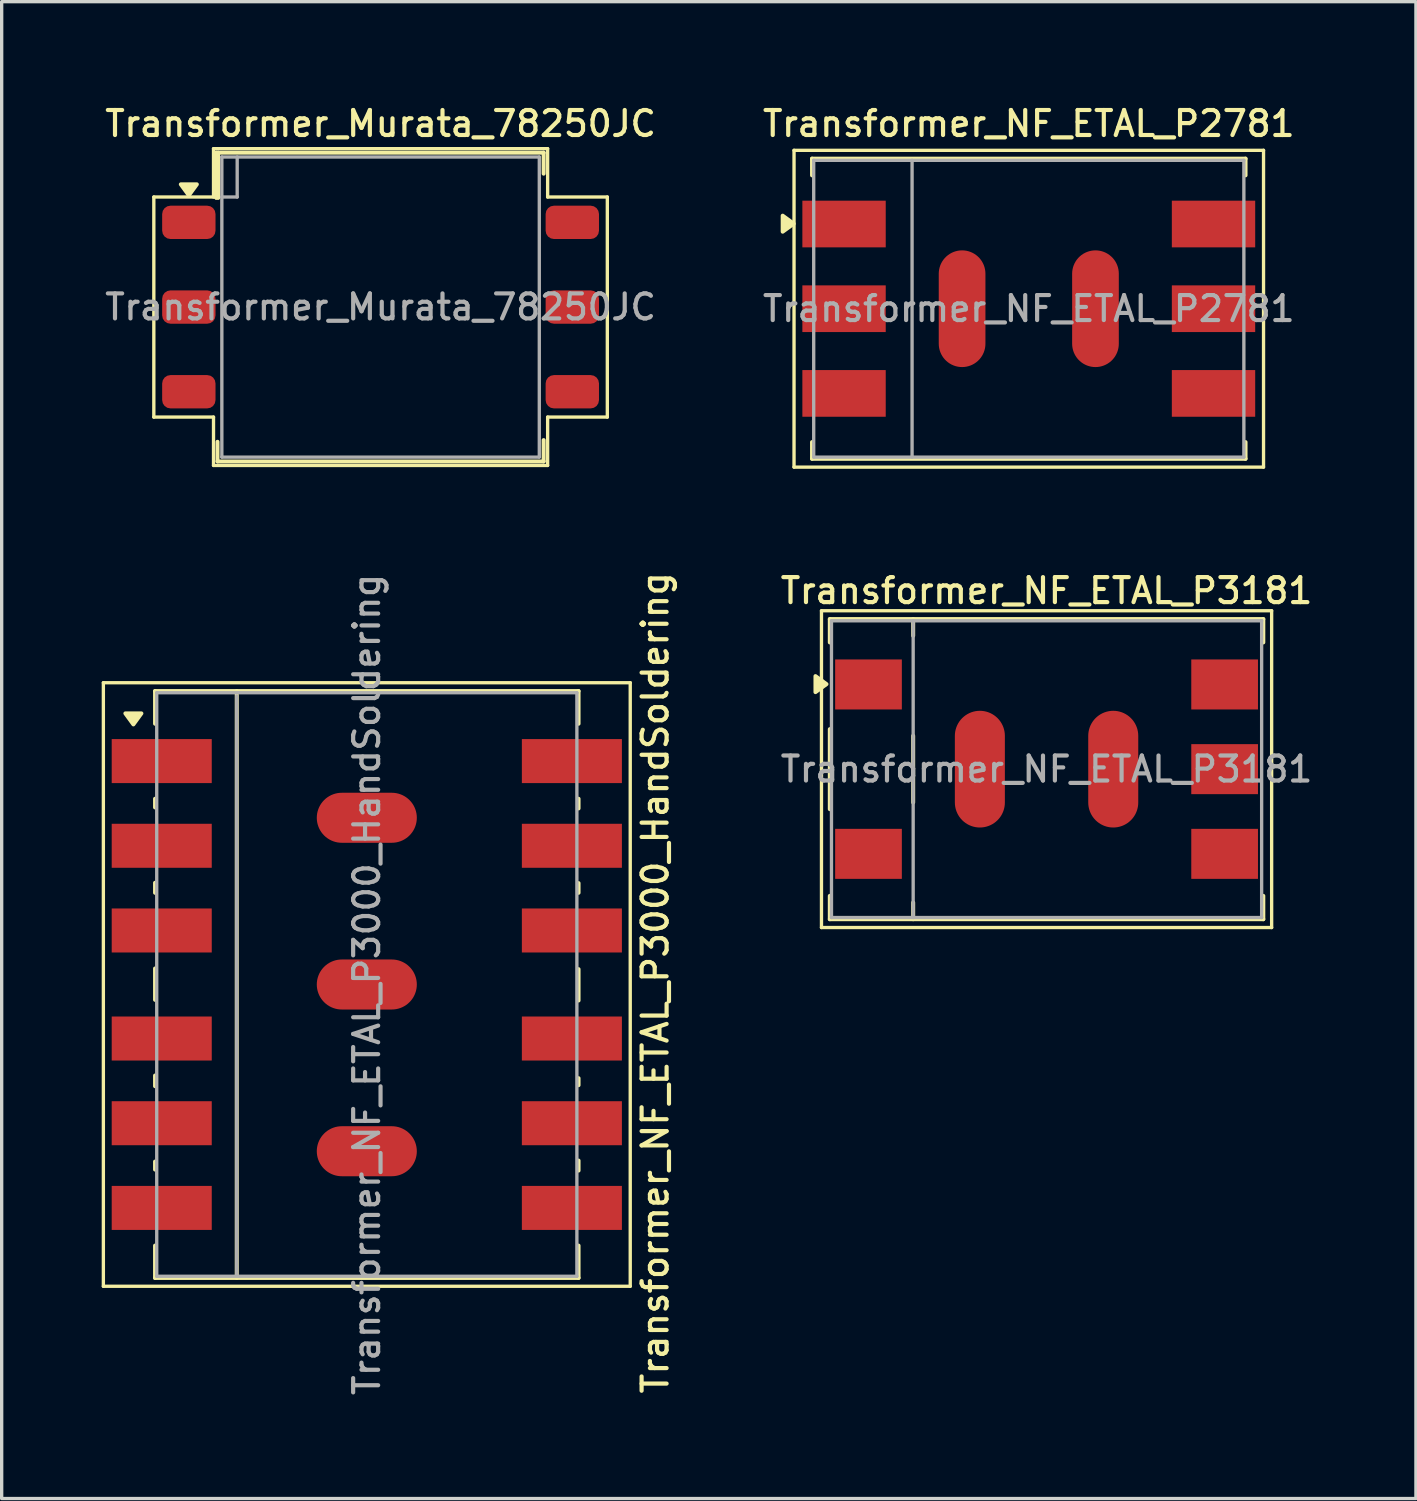
<source format=kicad_pcb>
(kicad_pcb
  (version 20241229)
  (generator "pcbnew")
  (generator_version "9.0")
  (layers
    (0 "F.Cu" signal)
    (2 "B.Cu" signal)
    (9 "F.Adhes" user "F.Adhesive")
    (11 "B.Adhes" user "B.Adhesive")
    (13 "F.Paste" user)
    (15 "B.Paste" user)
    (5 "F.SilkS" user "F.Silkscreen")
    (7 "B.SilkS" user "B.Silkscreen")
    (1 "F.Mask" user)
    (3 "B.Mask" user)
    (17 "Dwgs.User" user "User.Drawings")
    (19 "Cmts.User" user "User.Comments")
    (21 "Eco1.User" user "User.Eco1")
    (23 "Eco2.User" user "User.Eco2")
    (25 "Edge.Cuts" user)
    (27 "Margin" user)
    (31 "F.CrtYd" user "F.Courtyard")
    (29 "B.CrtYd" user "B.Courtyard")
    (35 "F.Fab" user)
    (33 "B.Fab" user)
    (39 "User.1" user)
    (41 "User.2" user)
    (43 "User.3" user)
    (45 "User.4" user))
  (footprint "Transformer_NF_ETAL_P3181"
    (layer "F.Cu")
    (at 28.335 20.016)
    (property "Reference" "Transformer_NF_ETAL_P3181" (at 0 -5.35 0) (layer "F.SilkS") (effects (font (size 0.75 0.75) (thickness 0.125))))
    (attr smd)
    (fp_line (start -6.75 -4.75) (end -6.75 4.75) (stroke (width 0.1) (type solid)) (layer "F.SilkS"))
    (fp_line (start -6.75 -4.75) (end 6.75 -4.75) (stroke (width 0.1) (type solid)) (layer "F.SilkS"))
    (fp_line (start -6.5 -4.5) (end -6.5 -3.8) (stroke (width 0.12) (type solid)) (layer "F.SilkS"))
    (fp_line (start -6.5 -1.2) (end -6.5 1.2) (stroke (width 0.12) (type solid)) (layer "F.SilkS"))
    (fp_line (start -6.5 3.8) (end -6.5 4.5) (stroke (width 0.12) (type solid)) (layer "F.SilkS"))
    (fp_line (start -6.5 4.5) (end 6.5 4.5) (stroke (width 0.12) (type solid)) (layer "F.SilkS"))
    (fp_line (start -4 -4.5) (end -4 -4) (stroke (width 0.12) (type solid)) (layer "F.SilkS"))
    (fp_line (start -4 -1) (end -4 1) (stroke (width 0.12) (type solid)) (layer "F.SilkS"))
    (fp_line (start -4 4.5) (end -4 4) (stroke (width 0.12) (type solid)) (layer "F.SilkS"))
    (fp_line (start 6.5 -4.5) (end -6.5 -4.5) (stroke (width 0.12) (type solid)) (layer "F.SilkS"))
    (fp_line (start 6.5 -4.5) (end 6.5 -3.8) (stroke (width 0.12) (type solid)) (layer "F.SilkS"))
    (fp_line (start 6.5 3.8) (end 6.5 4.5) (stroke (width 0.12) (type solid)) (layer "F.SilkS"))
    (fp_line (start 6.75 4.75) (end -6.75 4.75) (stroke (width 0.1) (type solid)) (layer "F.SilkS"))
    (fp_line (start 6.75 4.75) (end 6.75 -4.75) (stroke (width 0.1) (type solid)) (layer "F.SilkS"))
    (fp_poly (pts (xy -6.6 -2.55) (xy -6.93 -2.31) (xy -6.93 -2.79) (xy -6.6 -2.55)) (stroke (width 0.12) (type solid)) (fill yes) (layer "F.SilkS"))
    (fp_line (start -6.45 -4.45) (end -6.45 4.45) (stroke (width 0.1) (type solid)) (layer "F.Fab"))
    (fp_line (start -6.45 4.45) (end 6.45 4.45) (stroke (width 0.1) (type solid)) (layer "F.Fab"))
    (fp_line (start -4 -4.45) (end -4 4.45) (stroke (width 0.1) (type solid)) (layer "F.Fab"))
    (fp_line (start 6.45 -4.45) (end -6.45 -4.45) (stroke (width 0.1) (type solid)) (layer "F.Fab"))
    (fp_line (start 6.45 4.45) (end 6.45 -4.45) (stroke (width 0.1) (type solid)) (layer "F.Fab"))
    (fp_text user "${REFERENCE}" (at 0 0 0) (layer "F.Fab") (effects (font (size 0.75 0.75) (thickness 0.125))))
    (pad "1" smd rect (at -5.34 -2.54) (size 2 1.5) (layers "F.Cu" "F.Mask" "F.Paste"))
    (pad "2" smd rect (at -5.34 2.54) (size 2 1.5) (layers "F.Cu" "F.Mask" "F.Paste"))
    (pad "3" smd rect (at 5.34 2.54) (size 2 1.5) (layers "F.Cu" "F.Mask" "F.Paste"))
    (pad "4" smd rect (at 5.34 0) (size 2 1.5) (layers "F.Cu" "F.Mask" "F.Paste"))
    (pad "5" smd rect (at 5.34 -2.54) (size 2 1.5) (layers "F.Cu" "F.Mask" "F.Paste"))
    (pad "7" smd oval (at -2 0 90) (size 3.5 1.5) (layers "F.Cu" "F.Mask" "F.Paste"))
    (pad "7" smd oval (at 2 0 90) (size 3.5 1.5) (layers "F.Cu" "F.Mask" "F.Paste")))
  (footprint "Transformer_Murata_78250JC"
    (layer "F.Cu")
    (at 8.363 6.158)
    (property "Reference" "Transformer_Murata_78250JC" (at 0 -5.5 0) (layer "F.SilkS") (effects (font (size 0.75 0.75) (thickness 0.125))))
    (attr smd)
    (fp_line (start -6.8 -3.3) (end -6.8 3.3) (stroke (width 0.1) (type solid)) (layer "F.SilkS"))
    (fp_line (start -6.8 3.3) (end -5.01 3.3) (stroke (width 0.1) (type solid)) (layer "F.SilkS"))
    (fp_line (start -5.01 -4.75) (end -5.01 -3.3) (stroke (width 0.1) (type solid)) (layer "F.SilkS"))
    (fp_line (start -5.01 -3.3) (end -6.8 -3.3) (stroke (width 0.1) (type solid)) (layer "F.SilkS"))
    (fp_line (start -5.01 3.3) (end -5.01 4.75) (stroke (width 0.1) (type solid)) (layer "F.SilkS"))
    (fp_line (start -5.01 4.75) (end 5.01 4.75) (stroke (width 0.1) (type solid)) (layer "F.SilkS"))
    (fp_line (start -4.93 -4.63) (end -4.93 -3.28) (stroke (width 0.12) (type solid)) (layer "F.SilkS"))
    (fp_line (start -4.93 -4.63) (end 4.89 -4.63) (stroke (width 0.12) (type solid)) (layer "F.SilkS"))
    (fp_line (start -4.93 -3.28) (end -4.87 -3.28) (stroke (width 0.12) (type solid)) (layer "F.SilkS"))
    (fp_line (start -4.89 4.04) (end -4.89 4.63) (stroke (width 0.12) (type solid)) (layer "F.SilkS"))
    (fp_line (start -4.89 4.63) (end 4.89 4.63) (stroke (width 0.12) (type solid)) (layer "F.SilkS"))
    (fp_line (start -4.87 -4.63) (end -4.87 -3.28) (stroke (width 0.12) (type solid)) (layer "F.SilkS"))
    (fp_line (start 4.89 -4.63) (end 4.89 -4) (stroke (width 0.12) (type solid)) (layer "F.SilkS"))
    (fp_line (start 4.89 4.63) (end 4.89 3.99) (stroke (width 0.12) (type solid)) (layer "F.SilkS"))
    (fp_line (start 5.01 -4.75) (end -5.01 -4.75) (stroke (width 0.1) (type solid)) (layer "F.SilkS"))
    (fp_line (start 5.01 -4.75) (end 5.01 -3.3) (stroke (width 0.1) (type solid)) (layer "F.SilkS"))
    (fp_line (start 5.01 -3.3) (end 6.8 -3.3) (stroke (width 0.1) (type solid)) (layer "F.SilkS"))
    (fp_line (start 5.01 3.3) (end 6.8 3.3) (stroke (width 0.1) (type solid)) (layer "F.SilkS"))
    (fp_line (start 5.01 4.75) (end 5.01 3.3) (stroke (width 0.1) (type solid)) (layer "F.SilkS"))
    (fp_line (start 6.8 3.3) (end 6.8 -3.3) (stroke (width 0.1) (type solid)) (layer "F.SilkS"))
    (fp_poly (pts (xy -5.75 -3.35) (xy -5.99 -3.68) (xy -5.51 -3.68) (xy -5.75 -3.35)) (stroke (width 0.12) (type solid)) (fill yes) (layer "F.SilkS"))
    (fp_line (start -4.76 -4.5) (end -4.76 4.5) (stroke (width 0.1) (type solid)) (layer "F.Fab"))
    (fp_line (start -4.76 4.5) (end 4.76 4.5) (stroke (width 0.1) (type solid)) (layer "F.Fab"))
    (fp_line (start -4.3 -3.3) (end -4.76 -3.3) (stroke (width 0.1) (type solid)) (layer "F.Fab"))
    (fp_line (start -4.3 -3.3) (end -4.3 -4.5) (stroke (width 0.1) (type solid)) (layer "F.Fab"))
    (fp_line (start 4.76 -4.5) (end -4.76 -4.5) (stroke (width 0.1) (type solid)) (layer "F.Fab"))
    (fp_line (start 4.76 -4.5) (end 4.76 4.5) (stroke (width 0.1) (type solid)) (layer "F.Fab"))
    (fp_text user "${REFERENCE}" (at 0 0 0) (layer "F.Fab") (effects (font (size 0.75 0.75) (thickness 0.125))))
    (pad "1" smd roundrect (at -5.75 -2.54) (size 1.6 1) (layers "F.Cu" "F.Mask" "F.Paste") (roundrect_rratio 0.25))
    (pad "2" smd roundrect (at -5.75 0) (size 1.6 1) (layers "F.Cu" "F.Mask" "F.Paste") (roundrect_rratio 0.25))
    (pad "3" smd roundrect (at -5.75 2.54) (size 1.6 1) (layers "F.Cu" "F.Mask" "F.Paste") (roundrect_rratio 0.25))
    (pad "4" smd roundrect (at 5.75 -2.54) (size 1.6 1) (layers "F.Cu" "F.Mask" "F.Paste") (roundrect_rratio 0.25))
    (pad "5" smd roundrect (at 5.75 0) (size 1.6 1) (layers "F.Cu" "F.Mask" "F.Paste") (roundrect_rratio 0.25))
    (pad "6" smd roundrect (at 5.75 2.54) (size 1.6 1) (layers "F.Cu" "F.Mask" "F.Paste") (roundrect_rratio 0.25)))
  (footprint "Transformer_NF_ETAL_P2781"
    (layer "F.Cu")
    (at 27.802 6.208)
    (property "Reference" "Transformer_NF_ETAL_P2781" (at 0 -5.55 0) (layer "F.SilkS") (effects (font (size 0.75 0.75) (thickness 0.125))))
    (attr smd)
    (fp_line (start -7.04 -4.75) (end -7.04 4.75) (stroke (width 0.1) (type solid)) (layer "F.SilkS"))
    (fp_line (start -7.04 -4.75) (end 7.04 -4.75) (stroke (width 0.1) (type solid)) (layer "F.SilkS"))
    (fp_line (start -6.5 -4.5) (end -6.5 -4) (stroke (width 0.12) (type solid)) (layer "F.SilkS"))
    (fp_line (start -6.5 -4.5) (end 6.5 -4.5) (stroke (width 0.12) (type solid)) (layer "F.SilkS"))
    (fp_line (start -6.5 4.5) (end -6.5 4) (stroke (width 0.12) (type solid)) (layer "F.SilkS"))
    (fp_line (start 6.5 -4.5) (end 6.5 -4) (stroke (width 0.12) (type solid)) (layer "F.SilkS"))
    (fp_line (start 6.5 4.5) (end -6.5 4.5) (stroke (width 0.12) (type solid)) (layer "F.SilkS"))
    (fp_line (start 6.5 4.5) (end 6.5 4) (stroke (width 0.12) (type solid)) (layer "F.SilkS"))
    (fp_line (start 7.04 4.75) (end -7.04 4.75) (stroke (width 0.1) (type solid)) (layer "F.SilkS"))
    (fp_line (start 7.04 4.75) (end 7.04 -4.75) (stroke (width 0.1) (type solid)) (layer "F.SilkS"))
    (fp_poly (pts (xy -7.05 -2.55) (xy -7.38 -2.31) (xy -7.38 -2.79) (xy -7.05 -2.55)) (stroke (width 0.12) (type solid)) (fill yes) (layer "F.SilkS"))
    (fp_line (start -6.45 -4.45) (end 6.45 -4.45) (stroke (width 0.1) (type solid)) (layer "F.Fab"))
    (fp_line (start -6.45 4.45) (end -6.45 -4.45) (stroke (width 0.1) (type solid)) (layer "F.Fab"))
    (fp_line (start -3.5 -4.45) (end -3.5 4.45) (stroke (width 0.1) (type solid)) (layer "F.Fab"))
    (fp_line (start 6.45 -4.45) (end 6.45 4.45) (stroke (width 0.1) (type solid)) (layer "F.Fab"))
    (fp_line (start 6.45 4.45) (end -6.45 4.45) (stroke (width 0.1) (type solid)) (layer "F.Fab"))
    (fp_text user "${REFERENCE}" (at 0 0 0) (layer "F.Fab") (effects (font (size 0.75 0.75) (thickness 0.125))))
    (pad "1" smd rect (at -5.54 -2.54) (size 2.5 1.4) (layers "F.Cu" "F.Mask" "F.Paste"))
    (pad "2" smd rect (at -5.54 0) (size 2.5 1.4) (layers "F.Cu" "F.Mask" "F.Paste"))
    (pad "3" smd rect (at -5.54 2.54) (size 2.5 1.4) (layers "F.Cu" "F.Mask" "F.Paste"))
    (pad "4" smd rect (at 5.54 2.54) (size 2.5 1.4) (layers "F.Cu" "F.Mask" "F.Paste"))
    (pad "5" smd rect (at 5.54 0) (size 2.5 1.4) (layers "F.Cu" "F.Mask" "F.Paste"))
    (pad "6" smd rect (at 5.54 -2.54) (size 2.5 1.4) (layers "F.Cu" "F.Mask" "F.Paste"))
    (pad "7" smd oval (at -2 0 90) (size 3.5 1.4) (layers "F.Cu" "F.Mask" "F.Paste"))
    (pad "7" smd oval (at 2 0 90) (size 3.5 1.4) (layers "F.Cu" "F.Mask" "F.Paste")))
  (footprint "Transformer_NF_ETAL_P3000_HandSoldering"
    (layer "F.Cu")
    (at 7.95 26.474)
    (property "Reference" "Transformer_NF_ETAL_P3000_HandSoldering" (at 8.65 -0.05 270) (layer "F.SilkS") (effects (font (size 0.75 0.75) (thickness 0.125))))
    (attr smd)
    (fp_line (start -7.9 9.05) (end -7.9 -9.05) (stroke (width 0.1) (type solid)) (layer "F.SilkS"))
    (fp_line (start -7.9 9.05) (end 7.9 9.05) (stroke (width 0.1) (type solid)) (layer "F.SilkS"))
    (fp_line (start -6.35 -8.8) (end 6.35 -8.8) (stroke (width 0.12) (type solid)) (layer "F.SilkS"))
    (fp_line (start -6.35 -7.82) (end -6.35 -8.8) (stroke (width 0.12) (type solid)) (layer "F.SilkS"))
    (fp_line (start -6.35 -5.31) (end -6.35 -5.57) (stroke (width 0.12) (type solid)) (layer "F.SilkS"))
    (fp_line (start -6.35 -2.75) (end -6.35 -3.05) (stroke (width 0.12) (type solid)) (layer "F.SilkS"))
    (fp_line (start -6.35 0.46) (end -6.35 -0.48) (stroke (width 0.12) (type solid)) (layer "F.SilkS"))
    (fp_line (start -6.35 3.05) (end -6.35 2.73) (stroke (width 0.12) (type solid)) (layer "F.SilkS"))
    (fp_line (start -6.35 5.55) (end -6.35 5.31) (stroke (width 0.12) (type solid)) (layer "F.SilkS"))
    (fp_line (start -6.35 8.8) (end -6.35 7.83) (stroke (width 0.12) (type solid)) (layer "F.SilkS"))
    (fp_line (start -3.9 8.8) (end -3.9 -8.8) (stroke (width 0.12) (type solid)) (layer "F.SilkS"))
    (fp_line (start 6.35 -8.8) (end 6.35 -7.82) (stroke (width 0.12) (type solid)) (layer "F.SilkS"))
    (fp_line (start 6.35 -5.57) (end 6.35 -5.28) (stroke (width 0.12) (type solid)) (layer "F.SilkS"))
    (fp_line (start 6.35 -3.04) (end 6.35 -2.75) (stroke (width 0.12) (type solid)) (layer "F.SilkS"))
    (fp_line (start 6.35 -0.46) (end 6.35 0.48) (stroke (width 0.12) (type solid)) (layer "F.SilkS"))
    (fp_line (start 6.35 2.81) (end 6.35 3.02) (stroke (width 0.12) (type solid)) (layer "F.SilkS"))
    (fp_line (start 6.35 5.28) (end 6.35 5.58) (stroke (width 0.12) (type solid)) (layer "F.SilkS"))
    (fp_line (start 6.35 8.8) (end -6.35 8.8) (stroke (width 0.12) (type solid)) (layer "F.SilkS"))
    (fp_line (start 6.35 8.8) (end 6.35 7.83) (stroke (width 0.12) (type solid)) (layer "F.SilkS"))
    (fp_line (start 7.9 -9.05) (end -7.9 -9.05) (stroke (width 0.1) (type solid)) (layer "F.SilkS"))
    (fp_line (start 7.9 -9.05) (end 7.9 9.05) (stroke (width 0.1) (type solid)) (layer "F.SilkS"))
    (fp_poly (pts (xy -7 -7.8) (xy -7.24 -8.13) (xy -6.76 -8.13) (xy -7 -7.8)) (stroke (width 0.12) (type solid)) (fill yes) (layer "F.SilkS"))
    (fp_line (start -6.3 -8.75) (end 6.3 -8.75) (stroke (width 0.1) (type solid)) (layer "F.Fab"))
    (fp_line (start -6.3 8.75) (end -6.3 -8.75) (stroke (width 0.1) (type solid)) (layer "F.Fab"))
    (fp_line (start -3.9 -8.65) (end -3.9 8.7) (stroke (width 0.1) (type solid)) (layer "F.Fab"))
    (fp_line (start 6.3 -8.75) (end 6.3 8.75) (stroke (width 0.1) (type solid)) (layer "F.Fab"))
    (fp_line (start 6.3 8.75) (end -6.3 8.75) (stroke (width 0.1) (type solid)) (layer "F.Fab"))
    (fp_text user "${REFERENCE}" (at 0 0 270) (layer "F.Fab") (effects (font (size 0.75 0.75) (thickness 0.125))))
    (pad "1" smd rect (at -6.15 -6.7 270) (size 1.32 3) (layers "F.Cu" "F.Mask" "F.Paste"))
    (pad "2" smd rect (at -6.15 -4.16 270) (size 1.32 3) (layers "F.Cu" "F.Mask" "F.Paste"))
    (pad "3" smd rect (at -6.15 -1.62 270) (size 1.32 3) (layers "F.Cu" "F.Mask" "F.Paste"))
    (pad "4" smd rect (at -6.15 1.62 270) (size 1.32 3) (layers "F.Cu" "F.Mask" "F.Paste"))
    (pad "5" smd rect (at -6.15 4.16 270) (size 1.32 3) (layers "F.Cu" "F.Mask" "F.Paste"))
    (pad "6" smd rect (at -6.15 6.7 270) (size 1.32 3) (layers "F.Cu" "F.Mask" "F.Paste"))
    (pad "7" smd rect (at 6.15 6.7 270) (size 1.32 3) (layers "F.Cu" "F.Mask" "F.Paste"))
    (pad "8" smd rect (at 6.15 4.16 270) (size 1.32 3) (layers "F.Cu" "F.Mask" "F.Paste"))
    (pad "9" smd rect (at 6.15 1.62 270) (size 1.32 3) (layers "F.Cu" "F.Mask" "F.Paste"))
    (pad "10" smd rect (at 6.15 -1.62 270) (size 1.32 3) (layers "F.Cu" "F.Mask" "F.Paste"))
    (pad "11" smd rect (at 6.15 -4.16 270) (size 1.32 3) (layers "F.Cu" "F.Mask" "F.Paste"))
    (pad "12" smd rect (at 6.15 -6.7 270) (size 1.32 3) (layers "F.Cu" "F.Mask" "F.Paste"))
    (pad "13" smd oval (at 0 -5 270) (size 1.5 3) (layers "F.Cu" "F.Mask" "F.Paste"))
    (pad "13" smd oval (at 0 0 270) (size 1.5 3) (layers "F.Cu" "F.Mask" "F.Paste"))
    (pad "13" smd oval (at 0 5 270) (size 1.5 3) (layers "F.Cu" "F.Mask" "F.Paste")))
  (gr_rect
    (start -3 -3)
    (end 39.412 41.89)
    (stroke (width 0.1) (type default))
    (fill no)
    (layer "Edge.Cuts")))
</source>
